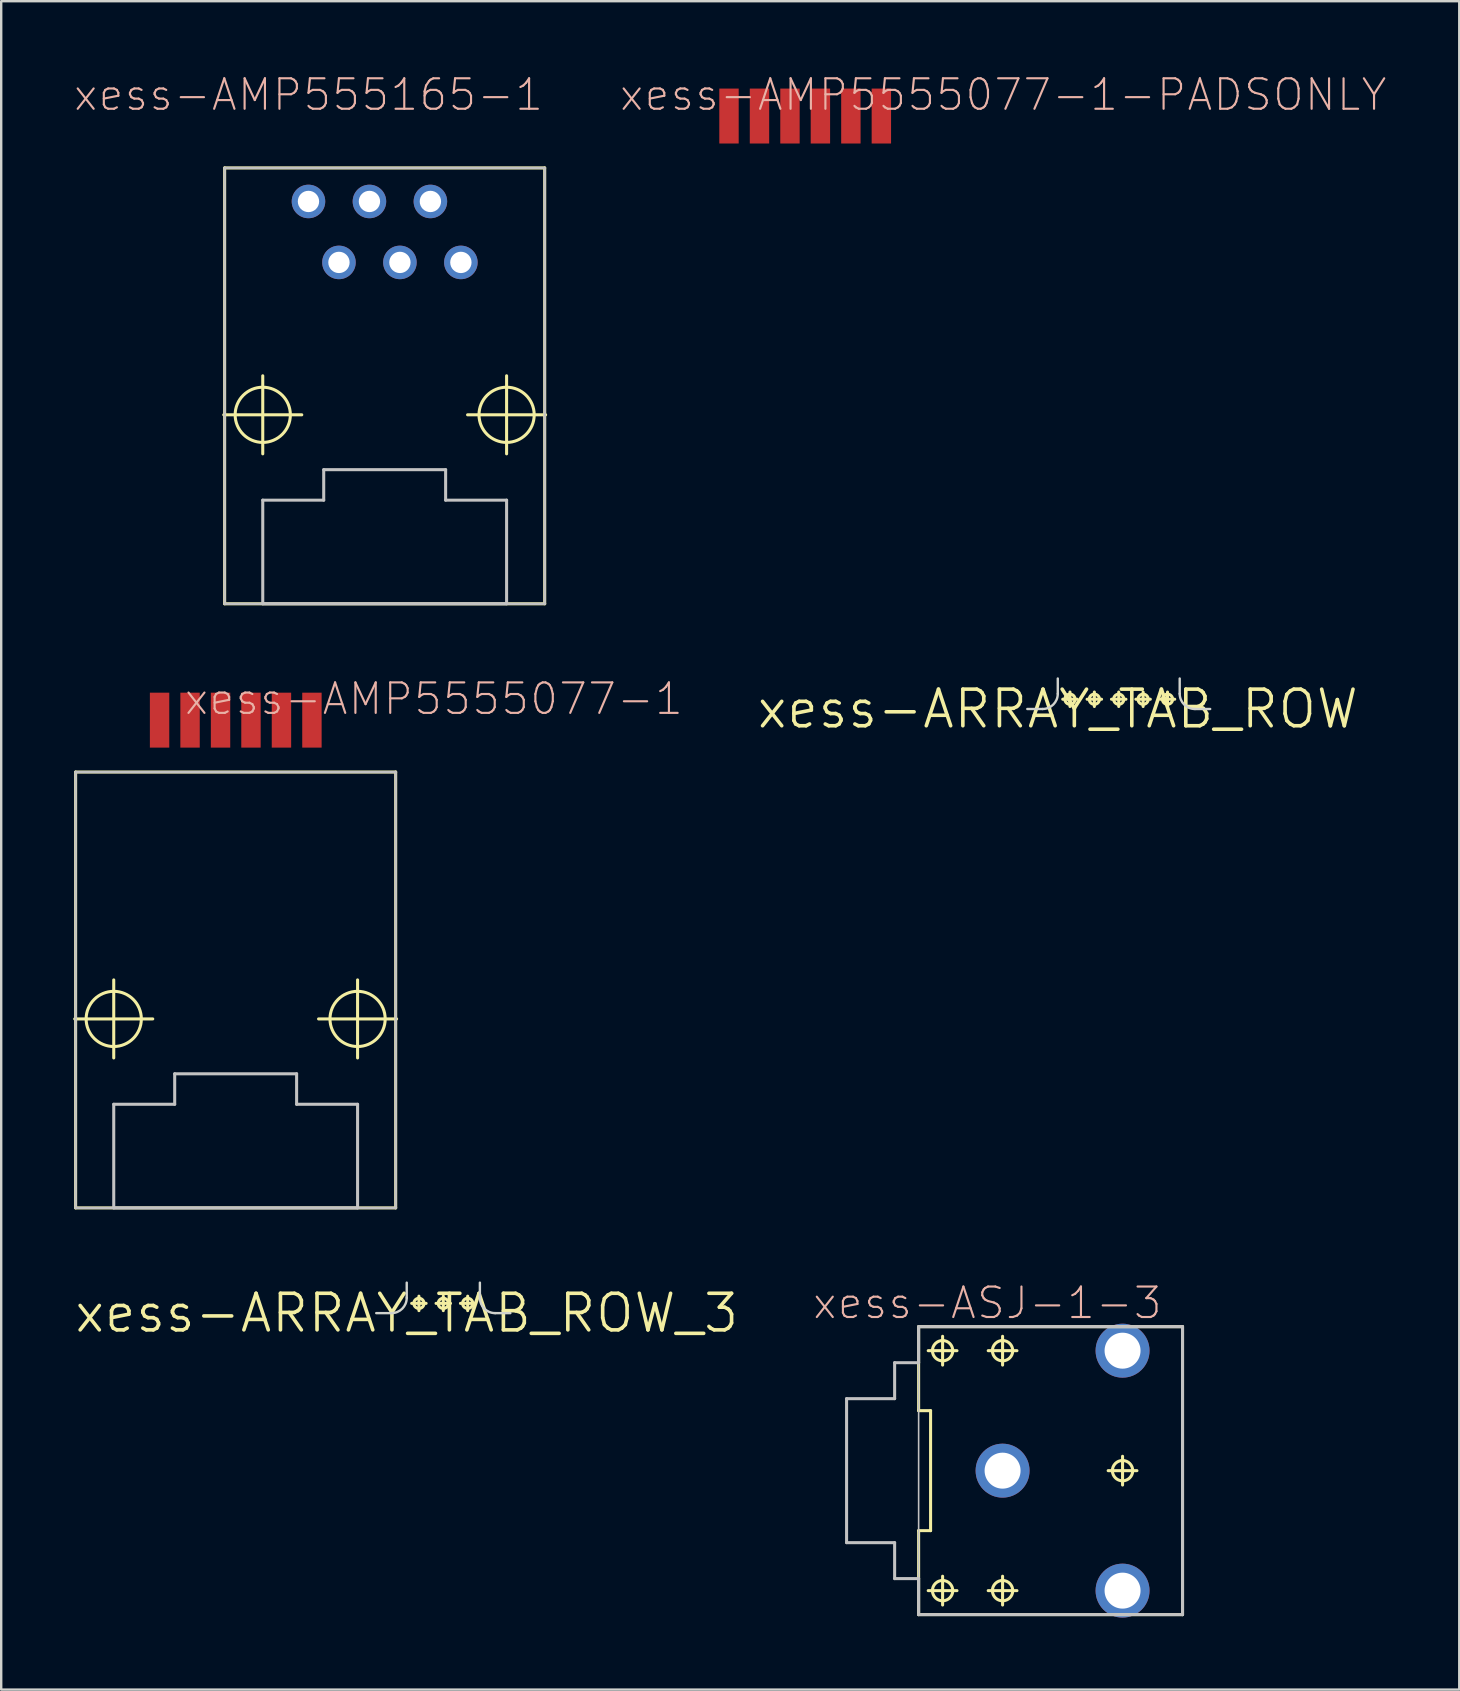
<source format=kicad_pcb>
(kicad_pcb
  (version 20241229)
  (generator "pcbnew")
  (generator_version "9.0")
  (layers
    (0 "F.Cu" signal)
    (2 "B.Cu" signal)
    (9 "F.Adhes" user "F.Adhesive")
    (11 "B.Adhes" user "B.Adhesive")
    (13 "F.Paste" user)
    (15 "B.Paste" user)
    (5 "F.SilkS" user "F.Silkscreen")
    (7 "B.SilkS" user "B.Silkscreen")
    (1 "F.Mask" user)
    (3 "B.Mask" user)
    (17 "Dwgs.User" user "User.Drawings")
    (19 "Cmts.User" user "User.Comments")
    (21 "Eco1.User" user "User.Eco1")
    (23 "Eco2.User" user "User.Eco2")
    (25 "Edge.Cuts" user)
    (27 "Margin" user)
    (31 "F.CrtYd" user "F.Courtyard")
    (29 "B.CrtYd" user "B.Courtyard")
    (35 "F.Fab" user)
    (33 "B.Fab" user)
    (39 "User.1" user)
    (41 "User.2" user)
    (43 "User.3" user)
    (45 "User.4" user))
  (footprint "xess-AMP5555077-1"
    (layer "F.Cu")
    (at 6.769 39.405)
    (property "Reference" "xess-AMP5555077-1" (at 8.255 -13.335 0) (layer "B.SilkS") (effects (font (size 1.27 1.27) (thickness 0.089))))
    (attr smd)
    (fp_line (start -6.706 0) (end -3.454 0) (stroke (width 0.127) (type solid)) (layer "F.SilkS"))
    (fp_line (start -6.668 -10.287) (end -6.668 7.874) (stroke (width 0.127) (type solid)) (layer "F.SilkS"))
    (fp_line (start -6.668 7.874) (end 6.668 7.874) (stroke (width 0.127) (type solid)) (layer "F.SilkS"))
    (fp_line (start -5.08 1.626) (end -5.08 -1.626) (stroke (width 0.127) (type solid)) (layer "F.SilkS"))
    (fp_line (start 3.454 0) (end 6.706 0) (stroke (width 0.127) (type solid)) (layer "F.SilkS"))
    (fp_line (start 5.08 1.626) (end 5.08 -1.626) (stroke (width 0.127) (type solid)) (layer "F.SilkS"))
    (fp_line (start 6.668 -10.287) (end -6.668 -10.287) (stroke (width 0.127) (type solid)) (layer "F.SilkS"))
    (fp_line (start 6.668 7.874) (end 6.668 -10.287) (stroke (width 0.127) (type solid)) (layer "F.SilkS"))
    (fp_circle (center -5.08 0) (end -5.893 0.813) (stroke (width 0.127) (type solid)) (fill no) (layer "F.SilkS"))
    (fp_circle (center 5.08 0) (end 5.893 0.813) (stroke (width 0.127) (type solid)) (fill no) (layer "F.SilkS"))
    (fp_line (start -6.668 -10.287) (end -6.668 7.874) (stroke (width 0.1) (type solid)) (layer "Dwgs.User"))
    (fp_line (start -6.668 7.874) (end 6.668 7.874) (stroke (width 0.1) (type solid)) (layer "Dwgs.User"))
    (fp_line (start -5.08 3.556) (end -2.54 3.556) (stroke (width 0.127) (type solid)) (layer "Dwgs.User"))
    (fp_line (start -5.08 7.874) (end -5.08 3.556) (stroke (width 0.127) (type solid)) (layer "Dwgs.User"))
    (fp_line (start -2.54 2.286) (end 2.54 2.286) (stroke (width 0.127) (type solid)) (layer "Dwgs.User"))
    (fp_line (start -2.54 3.556) (end -2.54 2.286) (stroke (width 0.127) (type solid)) (layer "Dwgs.User"))
    (fp_line (start 2.54 2.286) (end 2.54 3.556) (stroke (width 0.127) (type solid)) (layer "Dwgs.User"))
    (fp_line (start 2.54 3.556) (end 5.08 3.556) (stroke (width 0.127) (type solid)) (layer "Dwgs.User"))
    (fp_line (start 5.08 3.556) (end 5.08 7.874) (stroke (width 0.127) (type solid)) (layer "Dwgs.User"))
    (fp_line (start 5.08 7.874) (end -5.08 7.874) (stroke (width 0.127) (type solid)) (layer "Dwgs.User"))
    (fp_line (start 6.668 -10.287) (end -6.668 -10.287) (stroke (width 0.1) (type solid)) (layer "Dwgs.User"))
    (fp_line (start 6.668 7.874) (end 6.668 -10.287) (stroke (width 0.1) (type solid)) (layer "Dwgs.User"))
    (pad "1" smd rect (at -3.17 -12.449) (size 0.808 2.289) (layers "F.Cu" "F.Mask" "F.Paste"))
    (pad "2" smd rect (at -1.9 -12.449) (size 0.808 2.289) (layers "F.Cu" "F.Mask" "F.Paste"))
    (pad "3" smd rect (at -0.63 -12.449) (size 0.808 2.289) (layers "F.Cu" "F.Mask" "F.Paste"))
    (pad "4" smd rect (at 0.638 -12.449) (size 0.808 2.289) (layers "F.Cu" "F.Mask" "F.Paste"))
    (pad "5" smd rect (at 1.908 -12.449) (size 0.808 2.289) (layers "F.Cu" "F.Mask" "F.Paste"))
    (pad "6" smd rect (at 3.178 -12.449) (size 0.808 2.289) (layers "F.Cu" "F.Mask" "F.Paste")))
  (footprint "xess-ARRAY_TAB_ROW_3"
    (layer "F.Cu")
    (at 13.897 51.663)
    (property "Reference" "xess-ARRAY_TAB_ROW_3" (at 0 0 0) (layer "F.SilkS") (effects (font (size 1.524 1.524) (thickness 0.15))))
    (attr exclude_from_pos_files exclude_from_bom)
    (fp_line (start 0.206 -0.406) (end 0.808 -0.406) (stroke (width 0.127) (type solid)) (layer "F.SilkS"))
    (fp_line (start 0.508 -0.104) (end 0.508 -0.706) (stroke (width 0.127) (type solid)) (layer "F.SilkS"))
    (fp_line (start 1.222 -0.406) (end 1.824 -0.406) (stroke (width 0.127) (type solid)) (layer "F.SilkS"))
    (fp_line (start 1.524 -0.104) (end 1.524 -0.706) (stroke (width 0.127) (type solid)) (layer "F.SilkS"))
    (fp_line (start 2.238 -0.406) (end 2.84 -0.406) (stroke (width 0.127) (type solid)) (layer "F.SilkS"))
    (fp_line (start 2.54 -0.104) (end 2.54 -0.706) (stroke (width 0.127) (type solid)) (layer "F.SilkS"))
    (fp_circle (center 0.508 -0.406) (end 0.658 -0.556) (stroke (width 0.127) (type solid)) (fill no) (layer "F.SilkS"))
    (fp_circle (center 1.524 -0.406) (end 1.674 -0.556) (stroke (width 0.127) (type solid)) (fill no) (layer "F.SilkS"))
    (fp_circle (center 2.54 -0.406) (end 2.69 -0.556) (stroke (width 0.127) (type solid)) (fill no) (layer "F.SilkS"))
    (fp_line (start -1.27 0) (end -0.635 0) (stroke (width 0.1) (type solid)) (layer "Edge.Cuts"))
    (fp_line (start 0 -0.635) (end 0 -1.27) (stroke (width 0.1) (type solid)) (layer "Edge.Cuts"))
    (fp_line (start 3.048 -0.635) (end 3.048 -1.27) (stroke (width 0.1) (type solid)) (layer "Edge.Cuts"))
    (fp_line (start 3.683 0) (end 4.318 0) (stroke (width 0.1) (type solid)) (layer "Edge.Cuts"))
    (fp_arc (start 0 -0.635) (mid -0.185987 -0.185987) (end -0.635 0) (stroke (width 0.1) (type solid)) (layer "Edge.Cuts"))
    (fp_arc (start 3.683 0) (mid 3.233987 -0.185987) (end 3.048 -0.635) (stroke (width 0.1) (type solid)) (layer "Edge.Cuts")))
  (footprint "xess-ARRAY_TAB_ROW"
    (layer "F.Cu")
    (at 41.024 26.491)
    (property "Reference" "xess-ARRAY_TAB_ROW" (at 0 0 0) (layer "F.SilkS") (effects (font (size 1.524 1.524) (thickness 0.15))))
    (attr exclude_from_pos_files exclude_from_bom)
    (fp_line (start 0.206 -0.406) (end 0.808 -0.406) (stroke (width 0.127) (type solid)) (layer "F.SilkS"))
    (fp_line (start 0.508 -0.104) (end 0.508 -0.706) (stroke (width 0.127) (type solid)) (layer "F.SilkS"))
    (fp_line (start 1.222 -0.406) (end 1.824 -0.406) (stroke (width 0.127) (type solid)) (layer "F.SilkS"))
    (fp_line (start 1.524 -0.104) (end 1.524 -0.706) (stroke (width 0.127) (type solid)) (layer "F.SilkS"))
    (fp_line (start 2.238 -0.406) (end 2.84 -0.406) (stroke (width 0.127) (type solid)) (layer "F.SilkS"))
    (fp_line (start 2.54 -0.104) (end 2.54 -0.706) (stroke (width 0.127) (type solid)) (layer "F.SilkS"))
    (fp_line (start 3.254 -0.406) (end 3.856 -0.406) (stroke (width 0.127) (type solid)) (layer "F.SilkS"))
    (fp_line (start 3.556 -0.104) (end 3.556 -0.706) (stroke (width 0.127) (type solid)) (layer "F.SilkS"))
    (fp_line (start 4.27 -0.406) (end 4.872 -0.406) (stroke (width 0.127) (type solid)) (layer "F.SilkS"))
    (fp_line (start 4.572 -0.104) (end 4.572 -0.706) (stroke (width 0.127) (type solid)) (layer "F.SilkS"))
    (fp_circle (center 0.508 -0.406) (end 0.658 -0.556) (stroke (width 0.127) (type solid)) (fill no) (layer "F.SilkS"))
    (fp_circle (center 1.524 -0.406) (end 1.674 -0.556) (stroke (width 0.127) (type solid)) (fill no) (layer "F.SilkS"))
    (fp_circle (center 2.54 -0.406) (end 2.69 -0.556) (stroke (width 0.127) (type solid)) (fill no) (layer "F.SilkS"))
    (fp_circle (center 3.556 -0.406) (end 3.706 -0.556) (stroke (width 0.127) (type solid)) (fill no) (layer "F.SilkS"))
    (fp_circle (center 4.572 -0.406) (end 4.722 -0.556) (stroke (width 0.127) (type solid)) (fill no) (layer "F.SilkS"))
    (fp_line (start -1.27 0) (end -0.635 0) (stroke (width 0.1) (type solid)) (layer "Edge.Cuts"))
    (fp_line (start 0 -0.635) (end 0 -1.27) (stroke (width 0.1) (type solid)) (layer "Edge.Cuts"))
    (fp_line (start 5.08 -0.635) (end 5.08 -1.27) (stroke (width 0.1) (type solid)) (layer "Edge.Cuts"))
    (fp_line (start 5.715 0) (end 6.35 0) (stroke (width 0.1) (type solid)) (layer "Edge.Cuts"))
    (fp_arc (start 0 -0.635) (mid -0.185987 -0.185987) (end -0.635 0) (stroke (width 0.1) (type solid)) (layer "Edge.Cuts"))
    (fp_arc (start 5.715 0) (mid 5.265987 -0.185987) (end 5.08 -0.635) (stroke (width 0.1) (type solid)) (layer "Edge.Cuts")))
  (footprint "xess-AMP555165-1"
    (layer "F.Cu")
    (at 12.978 14.234)
    (property "Reference" "xess-AMP555165-1" (at -3.175 -13.335 0) (layer "B.SilkS") (effects (font (size 1.27 1.27) (thickness 0.089))))
    (attr exclude_from_pos_files exclude_from_bom)
    (fp_line (start -6.706 0) (end -3.454 0) (stroke (width 0.127) (type solid)) (layer "F.SilkS"))
    (fp_line (start -6.668 -10.287) (end -6.668 7.874) (stroke (width 0.127) (type solid)) (layer "F.SilkS"))
    (fp_line (start -6.668 7.874) (end 6.668 7.874) (stroke (width 0.127) (type solid)) (layer "F.SilkS"))
    (fp_line (start -5.08 1.626) (end -5.08 -1.626) (stroke (width 0.127) (type solid)) (layer "F.SilkS"))
    (fp_line (start 3.454 0) (end 6.706 0) (stroke (width 0.127) (type solid)) (layer "F.SilkS"))
    (fp_line (start 5.08 1.626) (end 5.08 -1.626) (stroke (width 0.127) (type solid)) (layer "F.SilkS"))
    (fp_line (start 6.668 -10.287) (end -6.668 -10.287) (stroke (width 0.127) (type solid)) (layer "F.SilkS"))
    (fp_line (start 6.668 7.874) (end 6.668 -10.287) (stroke (width 0.127) (type solid)) (layer "F.SilkS"))
    (fp_circle (center -5.08 0) (end -5.893 0.813) (stroke (width 0.127) (type solid)) (fill no) (layer "F.SilkS"))
    (fp_circle (center 5.08 0) (end 5.893 0.813) (stroke (width 0.127) (type solid)) (fill no) (layer "F.SilkS"))
    (fp_line (start -6.668 -10.287) (end -6.668 7.874) (stroke (width 0.1) (type solid)) (layer "Dwgs.User"))
    (fp_line (start -6.668 7.874) (end 6.668 7.874) (stroke (width 0.1) (type solid)) (layer "Dwgs.User"))
    (fp_line (start -5.08 3.556) (end -2.54 3.556) (stroke (width 0.127) (type solid)) (layer "Dwgs.User"))
    (fp_line (start -5.08 7.874) (end -5.08 3.556) (stroke (width 0.127) (type solid)) (layer "Dwgs.User"))
    (fp_line (start -2.54 2.286) (end 2.54 2.286) (stroke (width 0.127) (type solid)) (layer "Dwgs.User"))
    (fp_line (start -2.54 3.556) (end -2.54 2.286) (stroke (width 0.127) (type solid)) (layer "Dwgs.User"))
    (fp_line (start 2.54 2.286) (end 2.54 3.556) (stroke (width 0.127) (type solid)) (layer "Dwgs.User"))
    (fp_line (start 2.54 3.556) (end 5.08 3.556) (stroke (width 0.127) (type solid)) (layer "Dwgs.User"))
    (fp_line (start 5.08 3.556) (end 5.08 7.874) (stroke (width 0.127) (type solid)) (layer "Dwgs.User"))
    (fp_line (start 5.08 7.874) (end -5.08 7.874) (stroke (width 0.127) (type solid)) (layer "Dwgs.User"))
    (fp_line (start 6.668 -10.287) (end -6.668 -10.287) (stroke (width 0.1) (type solid)) (layer "Dwgs.User"))
    (fp_line (start 6.668 7.874) (end 6.668 -10.287) (stroke (width 0.1) (type solid)) (layer "Dwgs.User"))
    (pad "1" thru_hole circle (at -3.175 -8.89) (size 1.397 1.397) (drill 0.889) (layers "*.Cu" "*.Mask"))
    (pad "2" thru_hole circle (at -1.905 -6.35) (size 1.397 1.397) (drill 0.889) (layers "*.Cu" "*.Mask"))
    (pad "3" thru_hole circle (at -0.635 -8.89) (size 1.397 1.397) (drill 0.889) (layers "*.Cu" "*.Mask"))
    (pad "4" thru_hole circle (at 0.635 -6.35) (size 1.397 1.397) (drill 0.889) (layers "*.Cu" "*.Mask"))
    (pad "5" thru_hole circle (at 1.905 -8.89) (size 1.397 1.397) (drill 0.889) (layers "*.Cu" "*.Mask"))
    (pad "6" thru_hole circle (at 3.175 -6.35) (size 1.397 1.397) (drill 0.889) (layers "*.Cu" "*.Mask")))
  (footprint "xess-ASJ-1-3"
    (layer "F.Cu")
    (at 38.724 58.227)
    (property "Reference" "xess-ASJ-1-3" (at -0.635 -6.985 0) (layer "B.SilkS") (effects (font (size 1.27 1.27) (thickness 0.089))))
    (attr exclude_from_pos_files exclude_from_bom)
    (fp_line (start -3.498 -5.999) (end 7.498 -5.999) (stroke (width 0.127) (type solid)) (layer "F.SilkS"))
    (fp_line (start -3.498 -2.499) (end -3.498 -5.999) (stroke (width 0.127) (type solid)) (layer "F.SilkS"))
    (fp_line (start -3.498 2.499) (end -3 2.499) (stroke (width 0.127) (type solid)) (layer "F.SilkS"))
    (fp_line (start -3.498 5.999) (end -3.498 2.499) (stroke (width 0.127) (type solid)) (layer "F.SilkS"))
    (fp_line (start -3.099 -4.999) (end -1.9 -4.999) (stroke (width 0.127) (type solid)) (layer "F.SilkS"))
    (fp_line (start -3.099 4.999) (end -1.9 4.999) (stroke (width 0.127) (type solid)) (layer "F.SilkS"))
    (fp_line (start -3 -2.499) (end -3.498 -2.499) (stroke (width 0.127) (type solid)) (layer "F.SilkS"))
    (fp_line (start -3 2.499) (end -3 -2.499) (stroke (width 0.127) (type solid)) (layer "F.SilkS"))
    (fp_line (start -2.499 -4.399) (end -2.499 -5.598) (stroke (width 0.127) (type solid)) (layer "F.SilkS"))
    (fp_line (start -2.499 5.598) (end -2.499 4.399) (stroke (width 0.127) (type solid)) (layer "F.SilkS"))
    (fp_line (start -0.599 -4.999) (end 0.599 -4.999) (stroke (width 0.127) (type solid)) (layer "F.SilkS"))
    (fp_line (start -0.599 4.999) (end 0.599 4.999) (stroke (width 0.127) (type solid)) (layer "F.SilkS"))
    (fp_line (start 0 -4.399) (end 0 -5.598) (stroke (width 0.127) (type solid)) (layer "F.SilkS"))
    (fp_line (start 0 5.598) (end 0 4.399) (stroke (width 0.127) (type solid)) (layer "F.SilkS"))
    (fp_line (start 4.399 0) (end 5.598 0) (stroke (width 0.127) (type solid)) (layer "F.SilkS"))
    (fp_line (start 4.999 0.599) (end 4.999 -0.599) (stroke (width 0.127) (type solid)) (layer "F.SilkS"))
    (fp_line (start 7.498 -5.999) (end 7.498 5.999) (stroke (width 0.127) (type solid)) (layer "F.SilkS"))
    (fp_line (start 7.498 5.999) (end -3.498 5.999) (stroke (width 0.127) (type solid)) (layer "F.SilkS"))
    (fp_circle (center -2.499 -4.999) (end -2.799 -5.298) (stroke (width 0.127) (type solid)) (fill no) (layer "F.SilkS"))
    (fp_circle (center -2.499 4.999) (end -2.799 5.298) (stroke (width 0.127) (type solid)) (fill no) (layer "F.SilkS"))
    (fp_circle (center 0 -4.999) (end -0.3 -5.298) (stroke (width 0.127) (type solid)) (fill no) (layer "F.SilkS"))
    (fp_circle (center 0 4.999) (end -0.3 5.298) (stroke (width 0.127) (type solid)) (fill no) (layer "F.SilkS"))
    (fp_circle (center 4.999 0) (end 5.298 0.3) (stroke (width 0.127) (type solid)) (fill no) (layer "F.SilkS"))
    (fp_line (start -6.5 -3) (end -6.5 3) (stroke (width 0.127) (type solid)) (layer "Dwgs.User"))
    (fp_line (start -6.5 3) (end -4.498 3) (stroke (width 0.127) (type solid)) (layer "Dwgs.User"))
    (fp_line (start -4.498 -4.498) (end -4.498 -3) (stroke (width 0.127) (type solid)) (layer "Dwgs.User"))
    (fp_line (start -4.498 -3) (end -6.5 -3) (stroke (width 0.127) (type solid)) (layer "Dwgs.User"))
    (fp_line (start -4.498 3) (end -4.498 4.498) (stroke (width 0.127) (type solid)) (layer "Dwgs.User"))
    (fp_line (start -4.498 4.498) (end -3.498 4.498) (stroke (width 0.127) (type solid)) (layer "Dwgs.User"))
    (fp_line (start -3.498 -5.999) (end -3.498 -4.498) (stroke (width 0.127) (type solid)) (layer "Dwgs.User"))
    (fp_line (start -3.498 -5.999) (end 7.498 -5.999) (stroke (width 0.066) (type solid)) (layer "Dwgs.User"))
    (fp_line (start -3.498 -4.498) (end -4.498 -4.498) (stroke (width 0.127) (type solid)) (layer "Dwgs.User"))
    (fp_line (start -3.498 4.498) (end -3.498 5.999) (stroke (width 0.127) (type solid)) (layer "Dwgs.User"))
    (fp_line (start -3.498 5.999) (end -3.498 -5.999) (stroke (width 0.066) (type solid)) (layer "Dwgs.User"))
    (fp_line (start -3.498 5.999) (end 7.498 5.999) (stroke (width 0.066) (type solid)) (layer "Dwgs.User"))
    (fp_line (start -3.498 5.999) (end 7.498 5.999) (stroke (width 0.127) (type solid)) (layer "Dwgs.User"))
    (fp_line (start 7.498 -5.999) (end -3.498 -5.999) (stroke (width 0.127) (type solid)) (layer "Dwgs.User"))
    (fp_line (start 7.498 5.999) (end 7.498 -5.999) (stroke (width 0.066) (type solid)) (layer "Dwgs.User"))
    (fp_line (start 7.498 5.999) (end 7.498 -5.999) (stroke (width 0.127) (type solid)) (layer "Dwgs.User"))
    (pad "1" thru_hole circle (at 0 0) (size 2.248 2.248) (drill 1.499) (layers "*.Cu" "*.Mask"))
    (pad "2" thru_hole circle (at 4.999 4.999) (size 2.248 2.248) (drill 1.499) (layers "*.Cu" "*.Mask"))
    (pad "3" thru_hole circle (at 4.999 -4.999) (size 2.248 2.248) (drill 1.499) (layers "*.Cu" "*.Mask")))
  (footprint "xess-AMP5555077-1-PADSONLY"
    (layer "F.Cu")
    (at 30.495 14.234)
    (property "Reference" "xess-AMP5555077-1-PADSONLY" (at 8.255 -13.335 0) (layer "B.SilkS") (effects (font (size 1.27 1.27) (thickness 0.089))))
    (attr smd)
    (pad "1" smd rect (at -3.17 -12.449) (size 0.808 2.289) (layers "F.Cu" "F.Mask" "F.Paste"))
    (pad "2" smd rect (at -1.9 -12.449) (size 0.808 2.289) (layers "F.Cu" "F.Mask" "F.Paste"))
    (pad "3" smd rect (at -0.63 -12.449) (size 0.808 2.289) (layers "F.Cu" "F.Mask" "F.Paste"))
    (pad "4" smd rect (at 0.638 -12.449) (size 0.808 2.289) (layers "F.Cu" "F.Mask" "F.Paste"))
    (pad "5" smd rect (at 1.908 -12.449) (size 0.808 2.289) (layers "F.Cu" "F.Mask" "F.Paste"))
    (pad "6" smd rect (at 3.178 -12.449) (size 0.808 2.289) (layers "F.Cu" "F.Mask" "F.Paste")))
  (gr_rect
    (start -3 -3)
    (end 57.752 67.35)
    (stroke (width 0.1) (type default))
    (fill no)
    (layer "Edge.Cuts")))
</source>
